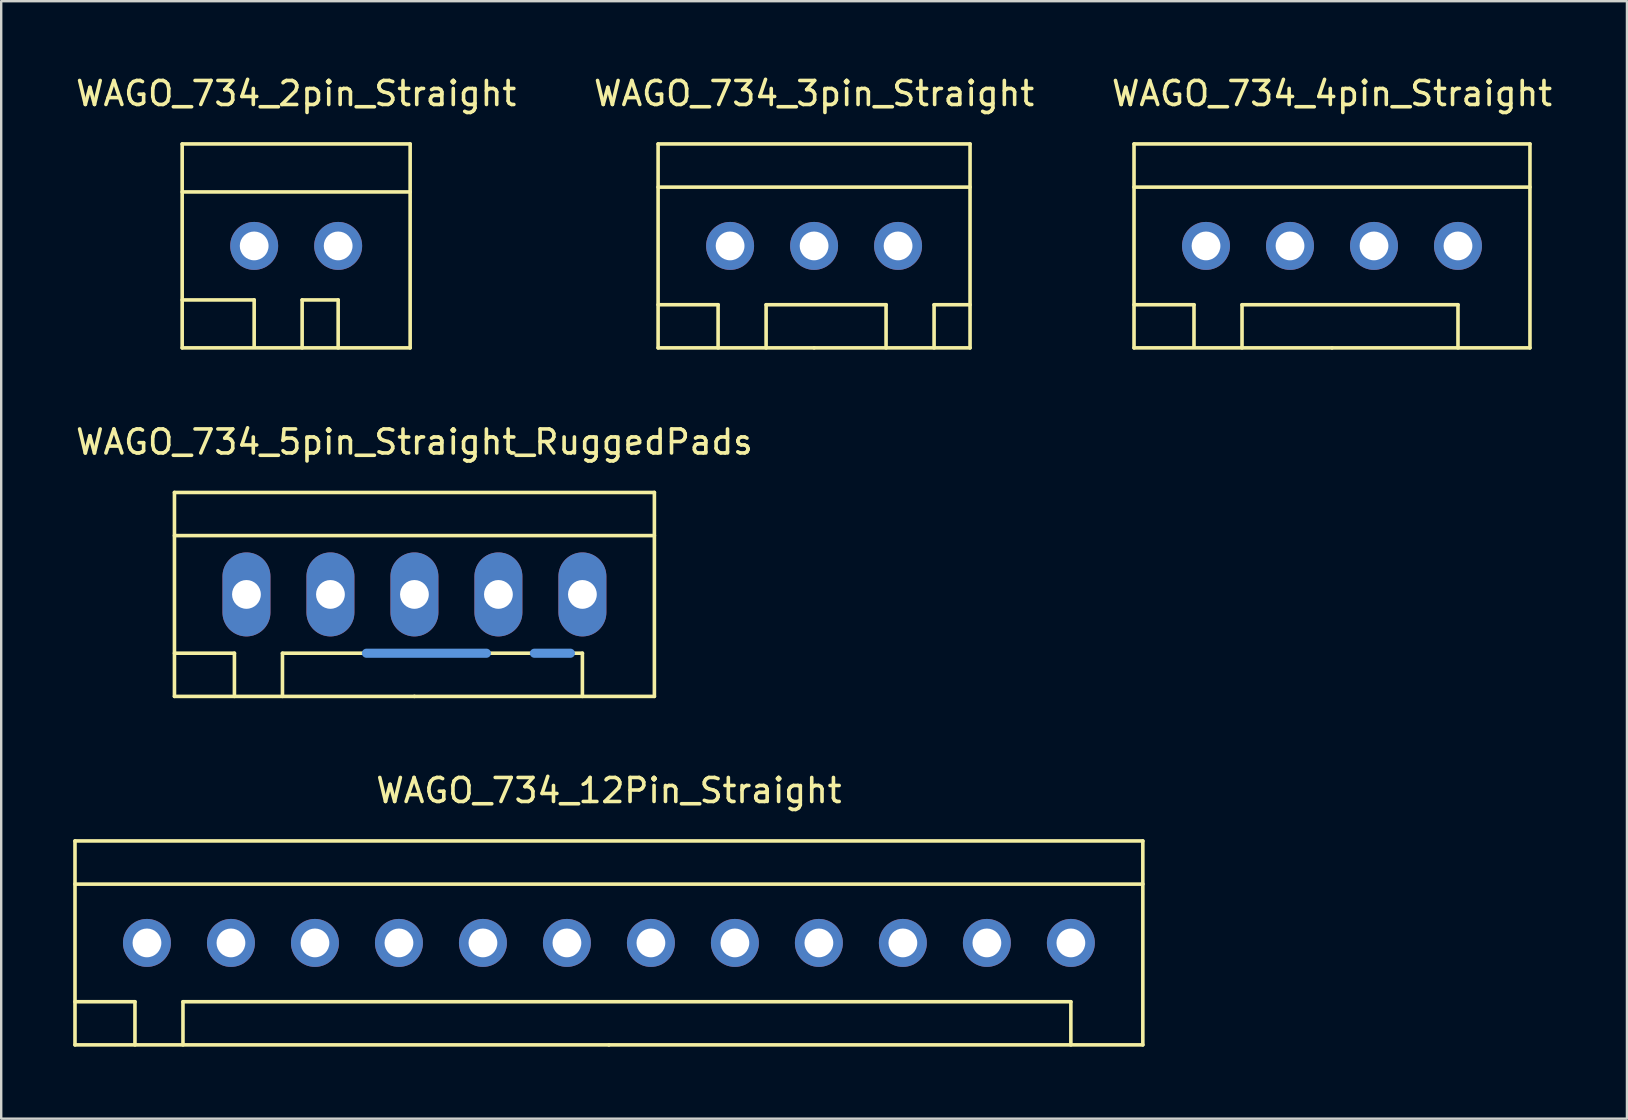
<source format=kicad_pcb>
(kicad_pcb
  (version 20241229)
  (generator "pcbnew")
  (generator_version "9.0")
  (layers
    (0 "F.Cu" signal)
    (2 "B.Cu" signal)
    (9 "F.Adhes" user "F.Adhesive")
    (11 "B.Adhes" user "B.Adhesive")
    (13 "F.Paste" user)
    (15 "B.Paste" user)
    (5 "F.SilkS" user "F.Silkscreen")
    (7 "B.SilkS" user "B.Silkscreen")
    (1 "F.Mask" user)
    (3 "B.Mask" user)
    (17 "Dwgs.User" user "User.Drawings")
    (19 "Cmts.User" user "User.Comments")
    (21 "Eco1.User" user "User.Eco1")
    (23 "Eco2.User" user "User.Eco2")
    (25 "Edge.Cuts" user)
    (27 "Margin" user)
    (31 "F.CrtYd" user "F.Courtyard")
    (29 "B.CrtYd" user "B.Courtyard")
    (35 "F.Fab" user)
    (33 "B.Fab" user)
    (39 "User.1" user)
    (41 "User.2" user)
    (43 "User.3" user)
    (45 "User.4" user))
  (footprint "WAGO_734_3pin_Straight"
    (layer "F.Cu")
    (at 30.875 7.198)
    (property "Reference" "WAGO_734_3pin_Straight" (at 0 -6.35 0) (layer "F.SilkS") (effects (font (size 1 1) (thickness 0.15))))
    (attr through_hole)
    (fp_line (start -6.5 -4.249) (end 6.5 -4.249) (stroke (width 0.15) (type solid)) (layer "F.SilkS"))
    (fp_line (start -6.5 -2.451) (end 6.5 -2.451) (stroke (width 0.15) (type solid)) (layer "F.SilkS"))
    (fp_line (start -6.5 2.451) (end -4 2.451) (stroke (width 0.15) (type solid)) (layer "F.SilkS"))
    (fp_line (start -6.5 4.249) (end -6.5 -4.249) (stroke (width 0.15) (type solid)) (layer "F.SilkS"))
    (fp_line (start -4 2.451) (end -4 4.249) (stroke (width 0.15) (type solid)) (layer "F.SilkS"))
    (fp_line (start -1.999 2.451) (end 3 2.451) (stroke (width 0.15) (type solid)) (layer "F.SilkS"))
    (fp_line (start -1.999 4.249) (end -1.999 2.451) (stroke (width 0.15) (type solid)) (layer "F.SilkS"))
    (fp_line (start 0 4.249) (end -6.5 4.249) (stroke (width 0.15) (type solid)) (layer "F.SilkS"))
    (fp_line (start 3 2.451) (end 3 4.249) (stroke (width 0.15) (type solid)) (layer "F.SilkS"))
    (fp_line (start 5.001 2.451) (end 6.5 2.451) (stroke (width 0.15) (type solid)) (layer "F.SilkS"))
    (fp_line (start 5.001 4.249) (end 5.001 2.451) (stroke (width 0.15) (type solid)) (layer "F.SilkS"))
    (fp_line (start 6.5 -4.249) (end 6.5 4.249) (stroke (width 0.15) (type solid)) (layer "F.SilkS"))
    (fp_line (start 6.5 4.249) (end 0 4.249) (stroke (width 0.15) (type solid)) (layer "F.SilkS"))
    (pad "1" thru_hole circle (at -3.5 0) (size 1.999 1.999) (drill 1.199) (layers "*.Cu" "*.Mask"))
    (pad "2" thru_hole circle (at 0 0) (size 1.999 1.999) (drill 1.199) (layers "*.Cu" "*.Mask"))
    (pad "3" thru_hole circle (at 3.5 0) (size 1.999 1.999) (drill 1.199) (layers "*.Cu" "*.Mask")))
  (footprint "WAGO_734_5pin_Straight_RuggedPads"
    (layer "F.Cu")
    (at 14.22 21.721)
    (property "Reference" "WAGO_734_5pin_Straight_RuggedPads" (at 0 -6.35 0) (layer "F.SilkS") (effects (font (size 1 1) (thickness 0.15))))
    (attr through_hole)
    (fp_line (start -10 -4.249) (end -10 4.249) (stroke (width 0.15) (type solid)) (layer "F.SilkS"))
    (fp_line (start -10 -2.451) (end 10 -2.451) (stroke (width 0.15) (type solid)) (layer "F.SilkS"))
    (fp_line (start -10 2.451) (end -7.501 2.451) (stroke (width 0.15) (type solid)) (layer "F.SilkS"))
    (fp_line (start -10 4.249) (end 0 4.249) (stroke (width 0.15) (type solid)) (layer "F.SilkS"))
    (fp_line (start -7.501 2.451) (end -7.501 4.249) (stroke (width 0.15) (type solid)) (layer "F.SilkS"))
    (fp_line (start -5.499 4.249) (end -5.499 2.451) (stroke (width 0.15) (type solid)) (layer "F.SilkS"))
    (fp_line (start 0 4.249) (end 10 4.249) (stroke (width 0.15) (type solid)) (layer "F.SilkS"))
    (fp_line (start 7 2.451) (end -5.499 2.451) (stroke (width 0.15) (type solid)) (layer "F.SilkS"))
    (fp_line (start 7 4.249) (end 7 2.451) (stroke (width 0.15) (type solid)) (layer "F.SilkS"))
    (fp_line (start 10 -4.249) (end -10 -4.249) (stroke (width 0.15) (type solid)) (layer "F.SilkS"))
    (fp_line (start 10 4.249) (end 10 -4.249) (stroke (width 0.15) (type solid)) (layer "F.SilkS"))
    (fp_line (start -1.999 2.451) (end 3 2.451) (stroke (width 0.381) (type solid)) (layer "Cmts.User"))
    (fp_line (start 5.001 2.451) (end 6.5 2.451) (stroke (width 0.381) (type solid)) (layer "Cmts.User"))
    (pad "1" thru_hole oval (at -7 0) (size 1.999 3.5) (drill 1.199) (layers "*.Cu" "*.Mask"))
    (pad "2" thru_hole oval (at -3.5 0) (size 1.999 3.5) (drill 1.199) (layers "*.Cu" "*.Mask"))
    (pad "3" thru_hole oval (at 0 0) (size 1.999 3.5) (drill 1.199) (layers "*.Cu" "*.Mask"))
    (pad "4" thru_hole oval (at 3.5 0) (size 1.999 3.5) (drill 1.199) (layers "*.Cu" "*.Mask"))
    (pad "5" thru_hole oval (at 7 0) (size 1.999 3.5) (drill 1.199) (layers "*.Cu" "*.Mask")))
  (footprint "WAGO_734_2pin_Straight"
    (layer "F.Cu")
    (at 9.292 7.198)
    (property "Reference" "WAGO_734_2pin_Straight" (at 0 -6.35 0) (layer "F.SilkS") (effects (font (size 1 1) (thickness 0.15))))
    (attr through_hole)
    (fp_line (start -4.75 -4.249) (end -4.75 4.249) (stroke (width 0.15) (type solid)) (layer "F.SilkS"))
    (fp_line (start -4.75 -2.25) (end 4.75 -2.25) (stroke (width 0.15) (type solid)) (layer "F.SilkS"))
    (fp_line (start -4.75 2.25) (end -1.75 2.25) (stroke (width 0.15) (type solid)) (layer "F.SilkS"))
    (fp_line (start -4.75 4.249) (end 4.75 4.249) (stroke (width 0.15) (type solid)) (layer "F.SilkS"))
    (fp_line (start -1.75 2.25) (end -1.75 4.201) (stroke (width 0.15) (type solid)) (layer "F.SilkS"))
    (fp_line (start 0.249 2.25) (end 1.75 2.25) (stroke (width 0.15) (type solid)) (layer "F.SilkS"))
    (fp_line (start 0.249 4.249) (end 0.249 2.25) (stroke (width 0.15) (type solid)) (layer "F.SilkS"))
    (fp_line (start 1.75 2.25) (end 1.75 4.249) (stroke (width 0.15) (type solid)) (layer "F.SilkS"))
    (fp_line (start 4.75 -4.249) (end -4.75 -4.249) (stroke (width 0.15) (type solid)) (layer "F.SilkS"))
    (fp_line (start 4.75 4.249) (end 4.75 -4.249) (stroke (width 0.15) (type solid)) (layer "F.SilkS"))
    (pad "1" thru_hole circle (at -1.75 0) (size 1.999 1.999) (drill 1.199) (layers "*.Cu" "*.Mask"))
    (pad "2" thru_hole circle (at 1.75 0) (size 1.999 1.999) (drill 1.199) (layers "*.Cu" "*.Mask")))
  (footprint "WAGO_734_4pin_Straight"
    (layer "F.Cu")
    (at 52.458 7.198)
    (property "Reference" "WAGO_734_4pin_Straight" (at 0 -6.35 0) (layer "F.SilkS") (effects (font (size 1 1) (thickness 0.15))))
    (attr through_hole)
    (fp_line (start -8.25 -4.249) (end 8.25 -4.249) (stroke (width 0.15) (type solid)) (layer "F.SilkS"))
    (fp_line (start -8.25 -2.451) (end 8.25 -2.451) (stroke (width 0.15) (type solid)) (layer "F.SilkS"))
    (fp_line (start -8.25 2.451) (end -5.751 2.451) (stroke (width 0.15) (type solid)) (layer "F.SilkS"))
    (fp_line (start -8.25 4.249) (end -8.25 -4.249) (stroke (width 0.15) (type solid)) (layer "F.SilkS"))
    (fp_line (start -5.751 2.451) (end -5.751 4.201) (stroke (width 0.15) (type solid)) (layer "F.SilkS"))
    (fp_line (start -3.749 4.249) (end -3.749 2.451) (stroke (width 0.15) (type solid)) (layer "F.SilkS"))
    (fp_line (start 0 4.249) (end -8.25 4.249) (stroke (width 0.15) (type solid)) (layer "F.SilkS"))
    (fp_line (start 5.25 2.451) (end -3.749 2.451) (stroke (width 0.15) (type solid)) (layer "F.SilkS"))
    (fp_line (start 5.25 4.249) (end 5.25 2.451) (stroke (width 0.15) (type solid)) (layer "F.SilkS"))
    (fp_line (start 8.25 -4.249) (end 8.25 4.249) (stroke (width 0.15) (type solid)) (layer "F.SilkS"))
    (fp_line (start 8.25 4.249) (end 0 4.249) (stroke (width 0.15) (type solid)) (layer "F.SilkS"))
    (pad "1" thru_hole circle (at -5.25 0) (size 1.999 1.999) (drill 1.199) (layers "*.Cu" "*.Mask"))
    (pad "2" thru_hole circle (at -1.75 0) (size 1.999 1.999) (drill 1.199) (layers "*.Cu" "*.Mask"))
    (pad "3" thru_hole circle (at 1.75 0) (size 1.999 1.999) (drill 1.199) (layers "*.Cu" "*.Mask"))
    (pad "4" thru_hole circle (at 5.25 0) (size 1.999 1.999) (drill 1.199) (layers "*.Cu" "*.Mask")))
  (footprint "WAGO_734_12Pin_Straight"
    (layer "F.Cu")
    (at 22.325 36.244)
    (property "Reference" "WAGO_734_12Pin_Straight" (at 0 -6.35 0) (layer "F.SilkS") (effects (font (size 1 1) (thickness 0.15))))
    (attr through_hole)
    (fp_line (start -22.25 -4.249) (end -22.25 4.249) (stroke (width 0.15) (type solid)) (layer "F.SilkS"))
    (fp_line (start -22.25 -2.451) (end 22.25 -2.451) (stroke (width 0.15) (type solid)) (layer "F.SilkS"))
    (fp_line (start -22.25 2.451) (end -19.751 2.451) (stroke (width 0.15) (type solid)) (layer "F.SilkS"))
    (fp_line (start -22.25 4.249) (end 0 4.249) (stroke (width 0.15) (type solid)) (layer "F.SilkS"))
    (fp_line (start -19.751 2.451) (end -19.751 4.249) (stroke (width 0.15) (type solid)) (layer "F.SilkS"))
    (fp_line (start -17.75 4.249) (end -17.75 2.451) (stroke (width 0.15) (type solid)) (layer "F.SilkS"))
    (fp_line (start 0 4.249) (end 22.25 4.249) (stroke (width 0.15) (type solid)) (layer "F.SilkS"))
    (fp_line (start 19.251 2.451) (end -17.75 2.451) (stroke (width 0.15) (type solid)) (layer "F.SilkS"))
    (fp_line (start 19.251 4.249) (end 19.251 2.451) (stroke (width 0.15) (type solid)) (layer "F.SilkS"))
    (fp_line (start 22.25 -4.249) (end -22.25 -4.249) (stroke (width 0.15) (type solid)) (layer "F.SilkS"))
    (fp_line (start 22.25 4.249) (end 22.25 -4.249) (stroke (width 0.15) (type solid)) (layer "F.SilkS"))
    (pad "1" thru_hole circle (at -19.251 0) (size 1.999 1.999) (drill 1.199) (layers "*.Cu" "*.Mask"))
    (pad "2" thru_hole circle (at -15.751 0) (size 1.999 1.999) (drill 1.199) (layers "*.Cu" "*.Mask"))
    (pad "3" thru_hole circle (at -12.25 0) (size 1.999 1.999) (drill 1.199) (layers "*.Cu" "*.Mask"))
    (pad "4" thru_hole circle (at -8.75 0) (size 1.999 1.999) (drill 1.199) (layers "*.Cu" "*.Mask"))
    (pad "5" thru_hole circle (at -5.25 0) (size 1.999 1.999) (drill 1.199) (layers "*.Cu" "*.Mask"))
    (pad "6" thru_hole circle (at -1.75 0) (size 1.999 1.999) (drill 1.199) (layers "*.Cu" "*.Mask"))
    (pad "7" thru_hole circle (at 1.75 0) (size 1.999 1.999) (drill 1.199) (layers "*.Cu" "*.Mask"))
    (pad "8" thru_hole circle (at 5.25 0) (size 1.999 1.999) (drill 1.199) (layers "*.Cu" "*.Mask"))
    (pad "9" thru_hole circle (at 8.75 0) (size 1.999 1.999) (drill 1.199) (layers "*.Cu" "*.Mask"))
    (pad "10" thru_hole circle (at 12.25 0) (size 1.999 1.999) (drill 1.199) (layers "*.Cu" "*.Mask"))
    (pad "11" thru_hole circle (at 15.751 0) (size 1.999 1.999) (drill 1.199) (layers "*.Cu" "*.Mask"))
    (pad "12" thru_hole circle (at 19.251 0) (size 1.999 1.999) (drill 1.199) (layers "*.Cu" "*.Mask")))
  (gr_rect
    (start -3 -3)
    (end 64.75 43.568)
    (stroke (width 0.1) (type default))
    (fill no)
    (layer "Edge.Cuts")))
</source>
